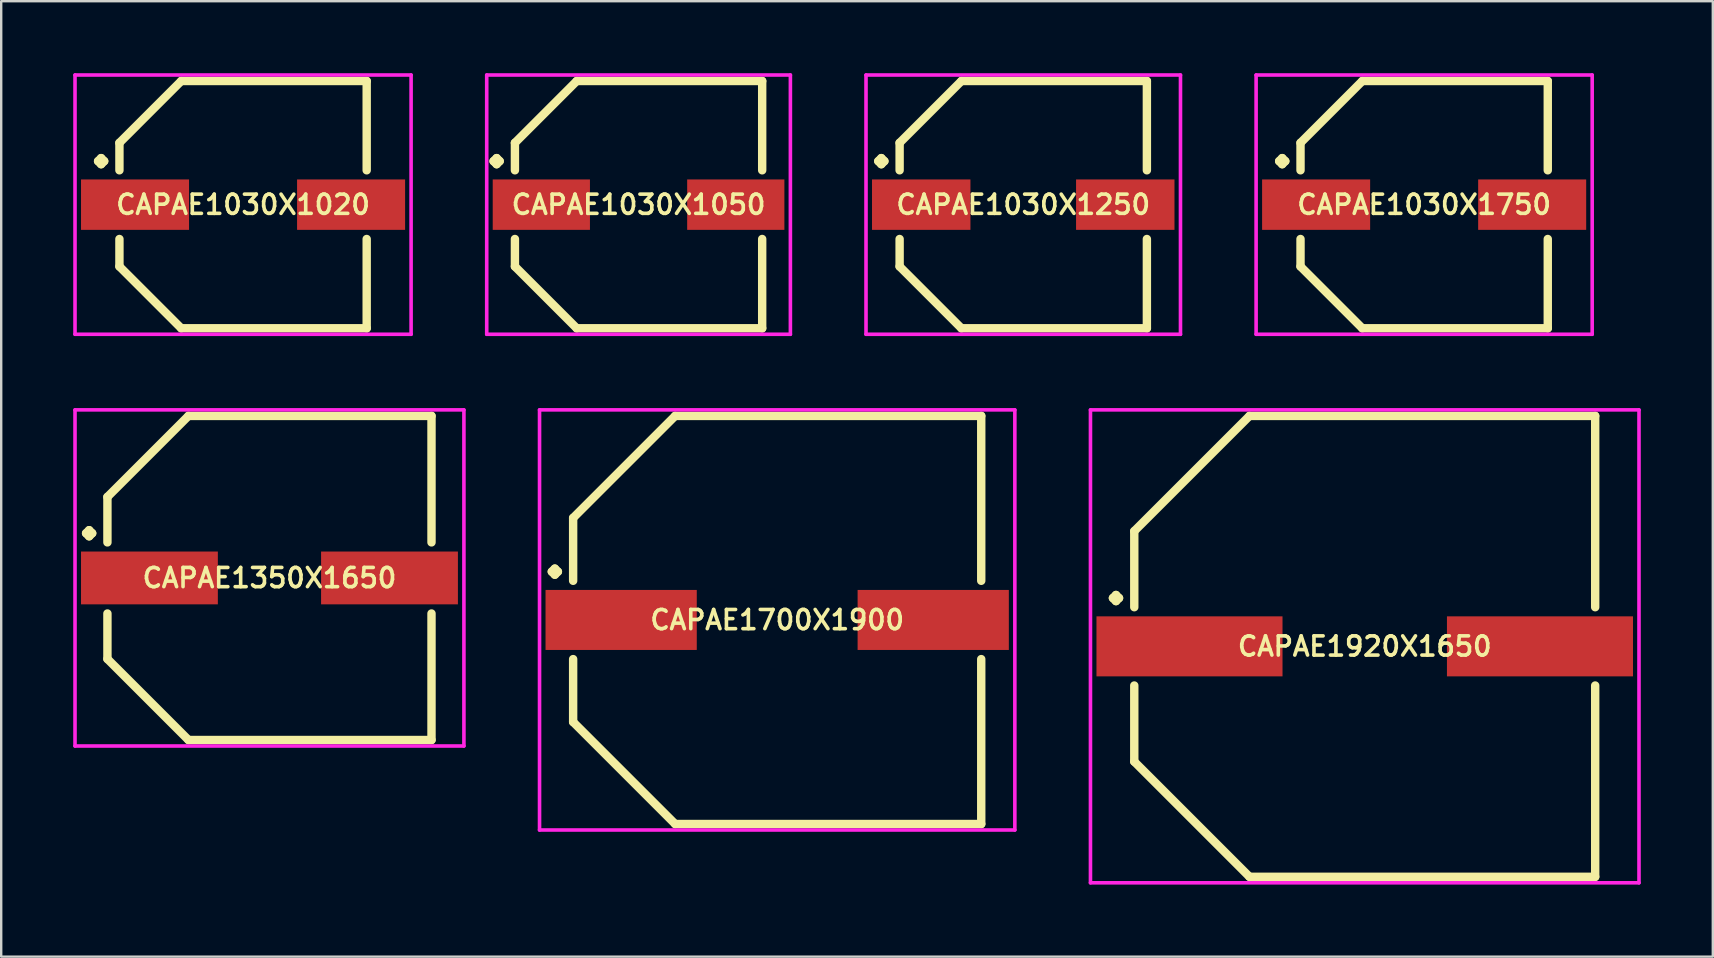
<source format=kicad_pcb>
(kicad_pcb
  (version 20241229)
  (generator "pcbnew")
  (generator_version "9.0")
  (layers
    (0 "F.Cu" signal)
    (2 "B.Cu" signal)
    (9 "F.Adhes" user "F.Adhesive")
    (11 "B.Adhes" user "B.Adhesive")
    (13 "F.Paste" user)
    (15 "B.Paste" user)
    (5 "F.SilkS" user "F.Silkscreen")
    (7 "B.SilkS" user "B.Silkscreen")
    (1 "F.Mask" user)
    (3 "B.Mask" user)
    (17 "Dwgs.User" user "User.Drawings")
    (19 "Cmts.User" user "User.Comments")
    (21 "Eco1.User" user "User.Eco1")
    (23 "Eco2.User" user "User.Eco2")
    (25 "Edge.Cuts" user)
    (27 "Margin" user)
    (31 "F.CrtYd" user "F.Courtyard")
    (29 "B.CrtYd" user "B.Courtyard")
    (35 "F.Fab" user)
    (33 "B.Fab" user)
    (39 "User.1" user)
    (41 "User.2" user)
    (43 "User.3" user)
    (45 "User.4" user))
  (footprint "CAPAE1350X1650"
    (layer "F.Cu")
    (at 8.175 21.025)
    (property "Reference" "CAPAE1350X1650" (at 0 0 0) (layer "F.SilkS") (effects (font (size 0.8 0.8) (thickness 0.15))))
    (attr smd)
    (fp_line (start -7.639 -1.862) (end -7.512 -1.989) (stroke (width 0.35) (type solid)) (layer "F.SilkS"))
    (fp_line (start -7.512 -1.989) (end -7.385 -1.862) (stroke (width 0.35) (type solid)) (layer "F.SilkS"))
    (fp_line (start -7.512 -1.735) (end -7.639 -1.862) (stroke (width 0.35) (type solid)) (layer "F.SilkS"))
    (fp_line (start -7.385 -1.862) (end -7.512 -1.735) (stroke (width 0.35) (type solid)) (layer "F.SilkS"))
    (fp_line (start -6.75 -3.375) (end -6.75 -1.481) (stroke (width 0.35) (type solid)) (layer "F.SilkS"))
    (fp_line (start -6.75 3.375) (end -6.75 1.481) (stroke (width 0.35) (type solid)) (layer "F.SilkS"))
    (fp_line (start -3.375 -6.75) (end -6.75 -3.375) (stroke (width 0.35) (type solid)) (layer "F.SilkS"))
    (fp_line (start -3.375 6.75) (end -6.75 3.375) (stroke (width 0.35) (type solid)) (layer "F.SilkS"))
    (fp_line (start 6.75 -6.75) (end -3.375 -6.75) (stroke (width 0.35) (type solid)) (layer "F.SilkS"))
    (fp_line (start 6.75 -1.481) (end 6.75 -6.75) (stroke (width 0.35) (type solid)) (layer "F.SilkS"))
    (fp_line (start 6.75 1.481) (end 6.75 6.75) (stroke (width 0.35) (type solid)) (layer "F.SilkS"))
    (fp_line (start 6.75 6.75) (end -3.375 6.75) (stroke (width 0.35) (type solid)) (layer "F.SilkS"))
    (fp_line (start -8.1 -7) (end 8.1 -7) (stroke (width 0.15) (type solid)) (layer "F.CrtYd"))
    (fp_line (start -8.1 7) (end -8.1 -7) (stroke (width 0.15) (type solid)) (layer "F.CrtYd"))
    (fp_line (start 8.1 -7) (end 8.1 7) (stroke (width 0.15) (type solid)) (layer "F.CrtYd"))
    (fp_line (start 8.1 7) (end -8.1 7) (stroke (width 0.15) (type solid)) (layer "F.CrtYd"))
    (pad "1" smd rect (at -5 0) (size 5.7 2.2) (layers "F.Cu" "F.Mask" "F.Paste"))
    (pad "2" smd rect (at 5 0) (size 5.7 2.2) (layers "F.Cu" "F.Mask" "F.Paste")))
  (footprint "CAPAE1030X1750"
    (layer "F.Cu")
    (at 56.275 5.475)
    (property "Reference" "CAPAE1030X1750" (at 0 0 0) (layer "F.SilkS") (effects (font (size 0.8 0.8) (thickness 0.15))))
    (attr through_hole)
    (fp_line (start -6.039 -1.812) (end -5.912 -1.939) (stroke (width 0.35) (type solid)) (layer "F.SilkS"))
    (fp_line (start -5.912 -1.939) (end -5.785 -1.812) (stroke (width 0.35) (type solid)) (layer "F.SilkS"))
    (fp_line (start -5.912 -1.685) (end -6.039 -1.812) (stroke (width 0.35) (type solid)) (layer "F.SilkS"))
    (fp_line (start -5.785 -1.812) (end -5.912 -1.685) (stroke (width 0.35) (type solid)) (layer "F.SilkS"))
    (fp_line (start -5.15 -2.575) (end -5.15 -1.431) (stroke (width 0.35) (type solid)) (layer "F.SilkS"))
    (fp_line (start -5.15 2.575) (end -5.15 1.431) (stroke (width 0.35) (type solid)) (layer "F.SilkS"))
    (fp_line (start -2.575 -5.15) (end -5.15 -2.575) (stroke (width 0.35) (type solid)) (layer "F.SilkS"))
    (fp_line (start -2.575 5.15) (end -5.15 2.575) (stroke (width 0.35) (type solid)) (layer "F.SilkS"))
    (fp_line (start 5.15 -5.15) (end -2.575 -5.15) (stroke (width 0.35) (type solid)) (layer "F.SilkS"))
    (fp_line (start 5.15 -1.431) (end 5.15 -5.15) (stroke (width 0.35) (type solid)) (layer "F.SilkS"))
    (fp_line (start 5.15 1.431) (end 5.15 5.15) (stroke (width 0.35) (type solid)) (layer "F.SilkS"))
    (fp_line (start 5.15 5.15) (end -2.575 5.15) (stroke (width 0.35) (type solid)) (layer "F.SilkS"))
    (fp_line (start -7 -5.4) (end 7 -5.4) (stroke (width 0.15) (type solid)) (layer "F.CrtYd"))
    (fp_line (start -7 5.4) (end -7 -5.4) (stroke (width 0.15) (type solid)) (layer "F.CrtYd"))
    (fp_line (start 7 -5.4) (end 7 5.4) (stroke (width 0.15) (type solid)) (layer "F.CrtYd"))
    (fp_line (start 7 5.4) (end -7 5.4) (stroke (width 0.15) (type solid)) (layer "F.CrtYd"))
    (pad "1" smd rect (at -4.5 0) (size 4.5 2.1) (layers "F.Cu" "F.Mask" "F.Paste"))
    (pad "2" smd rect (at 4.5 0) (size 4.5 2.1) (layers "F.Cu" "F.Mask" "F.Paste")))
  (footprint "CAPAE1700X1900"
    (layer "F.Cu")
    (at 29.325 22.775)
    (property "Reference" "CAPAE1700X1900" (at 0 0 0) (layer "F.SilkS") (effects (font (size 0.8 0.8) (thickness 0.15))))
    (attr smd)
    (fp_line (start -9.389 -2.012) (end -9.262 -2.139) (stroke (width 0.35) (type solid)) (layer "F.SilkS"))
    (fp_line (start -9.262 -2.139) (end -9.135 -2.012) (stroke (width 0.35) (type solid)) (layer "F.SilkS"))
    (fp_line (start -9.262 -1.885) (end -9.389 -2.012) (stroke (width 0.35) (type solid)) (layer "F.SilkS"))
    (fp_line (start -9.135 -2.012) (end -9.262 -1.885) (stroke (width 0.35) (type solid)) (layer "F.SilkS"))
    (fp_line (start -8.5 -4.25) (end -8.5 -1.631) (stroke (width 0.35) (type solid)) (layer "F.SilkS"))
    (fp_line (start -8.5 4.25) (end -8.5 1.631) (stroke (width 0.35) (type solid)) (layer "F.SilkS"))
    (fp_line (start -4.25 -8.5) (end -8.5 -4.25) (stroke (width 0.35) (type solid)) (layer "F.SilkS"))
    (fp_line (start -4.25 8.5) (end -8.5 4.25) (stroke (width 0.35) (type solid)) (layer "F.SilkS"))
    (fp_line (start 8.5 -8.5) (end -4.25 -8.5) (stroke (width 0.35) (type solid)) (layer "F.SilkS"))
    (fp_line (start 8.5 -1.631) (end 8.5 -8.5) (stroke (width 0.35) (type solid)) (layer "F.SilkS"))
    (fp_line (start 8.5 1.631) (end 8.5 8.5) (stroke (width 0.35) (type solid)) (layer "F.SilkS"))
    (fp_line (start 8.5 8.5) (end -4.25 8.5) (stroke (width 0.35) (type solid)) (layer "F.SilkS"))
    (fp_line (start -9.9 -8.75) (end 9.9 -8.75) (stroke (width 0.15) (type solid)) (layer "F.CrtYd"))
    (fp_line (start -9.9 8.75) (end -9.9 -8.75) (stroke (width 0.15) (type solid)) (layer "F.CrtYd"))
    (fp_line (start 9.9 -8.75) (end 9.9 8.75) (stroke (width 0.15) (type solid)) (layer "F.CrtYd"))
    (fp_line (start 9.9 8.75) (end -9.9 8.75) (stroke (width 0.15) (type solid)) (layer "F.CrtYd"))
    (pad "1" smd rect (at -6.5 0) (size 6.3 2.5) (layers "F.Cu" "F.Mask" "F.Paste"))
    (pad "2" smd rect (at 6.5 0) (size 6.3 2.5) (layers "F.Cu" "F.Mask" "F.Paste")))
  (footprint "CAPAE1920X1650"
    (layer "F.Cu")
    (at 53.8 23.875)
    (property "Reference" "CAPAE1920X1650" (at 0 0 0) (layer "F.SilkS") (effects (font (size 0.8 0.8) (thickness 0.15))))
    (attr smd)
    (fp_line (start -10.489 -2.012) (end -10.362 -2.139) (stroke (width 0.35) (type solid)) (layer "F.SilkS"))
    (fp_line (start -10.362 -2.139) (end -10.235 -2.012) (stroke (width 0.35) (type solid)) (layer "F.SilkS"))
    (fp_line (start -10.362 -1.885) (end -10.489 -2.012) (stroke (width 0.35) (type solid)) (layer "F.SilkS"))
    (fp_line (start -10.235 -2.012) (end -10.362 -1.885) (stroke (width 0.35) (type solid)) (layer "F.SilkS"))
    (fp_line (start -9.6 -4.8) (end -9.6 -1.631) (stroke (width 0.35) (type solid)) (layer "F.SilkS"))
    (fp_line (start -9.6 4.8) (end -9.6 1.631) (stroke (width 0.35) (type solid)) (layer "F.SilkS"))
    (fp_line (start -4.8 -9.6) (end -9.6 -4.8) (stroke (width 0.35) (type solid)) (layer "F.SilkS"))
    (fp_line (start -4.8 9.6) (end -9.6 4.8) (stroke (width 0.35) (type solid)) (layer "F.SilkS"))
    (fp_line (start 9.6 -9.6) (end -4.8 -9.6) (stroke (width 0.35) (type solid)) (layer "F.SilkS"))
    (fp_line (start 9.6 -1.631) (end 9.6 -9.6) (stroke (width 0.35) (type solid)) (layer "F.SilkS"))
    (fp_line (start 9.6 1.631) (end 9.6 9.6) (stroke (width 0.35) (type solid)) (layer "F.SilkS"))
    (fp_line (start 9.6 9.6) (end -4.8 9.6) (stroke (width 0.35) (type solid)) (layer "F.SilkS"))
    (fp_line (start -11.425 -9.85) (end 11.425 -9.85) (stroke (width 0.15) (type solid)) (layer "F.CrtYd"))
    (fp_line (start -11.425 9.85) (end -11.425 -9.85) (stroke (width 0.15) (type solid)) (layer "F.CrtYd"))
    (fp_line (start 11.425 -9.85) (end 11.425 9.85) (stroke (width 0.15) (type solid)) (layer "F.CrtYd"))
    (fp_line (start 11.425 9.85) (end -11.425 9.85) (stroke (width 0.15) (type solid)) (layer "F.CrtYd"))
    (pad "1" smd rect (at -7.3 0) (size 7.75 2.5) (layers "F.Cu" "F.Mask" "F.Paste"))
    (pad "2" smd rect (at 7.3 0) (size 7.75 2.5) (layers "F.Cu" "F.Mask" "F.Paste")))
  (footprint "CAPAE1030X1050"
    (layer "F.Cu")
    (at 23.55 5.475)
    (property "Reference" "CAPAE1030X1050" (at 0 0 0) (layer "F.SilkS") (effects (font (size 0.8 0.8) (thickness 0.15))))
    (attr through_hole)
    (fp_line (start -6.039 -1.812) (end -5.912 -1.939) (stroke (width 0.35) (type solid)) (layer "F.SilkS"))
    (fp_line (start -5.912 -1.939) (end -5.785 -1.812) (stroke (width 0.35) (type solid)) (layer "F.SilkS"))
    (fp_line (start -5.912 -1.685) (end -6.039 -1.812) (stroke (width 0.35) (type solid)) (layer "F.SilkS"))
    (fp_line (start -5.785 -1.812) (end -5.912 -1.685) (stroke (width 0.35) (type solid)) (layer "F.SilkS"))
    (fp_line (start -5.15 -2.575) (end -5.15 -1.431) (stroke (width 0.35) (type solid)) (layer "F.SilkS"))
    (fp_line (start -5.15 2.575) (end -5.15 1.431) (stroke (width 0.35) (type solid)) (layer "F.SilkS"))
    (fp_line (start -2.575 -5.15) (end -5.15 -2.575) (stroke (width 0.35) (type solid)) (layer "F.SilkS"))
    (fp_line (start -2.575 5.15) (end -5.15 2.575) (stroke (width 0.35) (type solid)) (layer "F.SilkS"))
    (fp_line (start 5.15 -5.15) (end -2.575 -5.15) (stroke (width 0.35) (type solid)) (layer "F.SilkS"))
    (fp_line (start 5.15 -1.431) (end 5.15 -5.15) (stroke (width 0.35) (type solid)) (layer "F.SilkS"))
    (fp_line (start 5.15 1.431) (end 5.15 5.15) (stroke (width 0.35) (type solid)) (layer "F.SilkS"))
    (fp_line (start 5.15 5.15) (end -2.575 5.15) (stroke (width 0.35) (type solid)) (layer "F.SilkS"))
    (fp_line (start -6.325 -5.4) (end 6.325 -5.4) (stroke (width 0.15) (type solid)) (layer "F.CrtYd"))
    (fp_line (start -6.325 5.4) (end -6.325 -5.4) (stroke (width 0.15) (type solid)) (layer "F.CrtYd"))
    (fp_line (start 6.325 -5.4) (end 6.325 5.4) (stroke (width 0.15) (type solid)) (layer "F.CrtYd"))
    (fp_line (start 6.325 5.4) (end -6.325 5.4) (stroke (width 0.15) (type solid)) (layer "F.CrtYd"))
    (pad "1" smd rect (at -4.05 0) (size 4.05 2.1) (layers "F.Cu" "F.Mask" "F.Paste"))
    (pad "2" smd rect (at 4.05 0) (size 4.05 2.1) (layers "F.Cu" "F.Mask" "F.Paste")))
  (footprint "CAPAE1030X1020"
    (layer "F.Cu")
    (at 7.075 5.475)
    (property "Reference" "CAPAE1030X1020" (at 0 0 0) (layer "F.SilkS") (effects (font (size 0.8 0.8) (thickness 0.15))))
    (attr smd)
    (fp_line (start -6.039 -1.812) (end -5.912 -1.939) (stroke (width 0.35) (type solid)) (layer "F.SilkS"))
    (fp_line (start -5.912 -1.939) (end -5.785 -1.812) (stroke (width 0.35) (type solid)) (layer "F.SilkS"))
    (fp_line (start -5.912 -1.685) (end -6.039 -1.812) (stroke (width 0.35) (type solid)) (layer "F.SilkS"))
    (fp_line (start -5.785 -1.812) (end -5.912 -1.685) (stroke (width 0.35) (type solid)) (layer "F.SilkS"))
    (fp_line (start -5.15 -2.575) (end -5.15 -1.431) (stroke (width 0.35) (type solid)) (layer "F.SilkS"))
    (fp_line (start -5.15 2.575) (end -5.15 1.431) (stroke (width 0.35) (type solid)) (layer "F.SilkS"))
    (fp_line (start -2.575 -5.15) (end -5.15 -2.575) (stroke (width 0.35) (type solid)) (layer "F.SilkS"))
    (fp_line (start -2.575 5.15) (end -5.15 2.575) (stroke (width 0.35) (type solid)) (layer "F.SilkS"))
    (fp_line (start 5.15 -5.15) (end -2.575 -5.15) (stroke (width 0.35) (type solid)) (layer "F.SilkS"))
    (fp_line (start 5.15 -1.431) (end 5.15 -5.15) (stroke (width 0.35) (type solid)) (layer "F.SilkS"))
    (fp_line (start 5.15 1.431) (end 5.15 5.15) (stroke (width 0.35) (type solid)) (layer "F.SilkS"))
    (fp_line (start 5.15 5.15) (end -2.575 5.15) (stroke (width 0.35) (type solid)) (layer "F.SilkS"))
    (fp_line (start -7 -5.4) (end 7 -5.4) (stroke (width 0.15) (type solid)) (layer "F.CrtYd"))
    (fp_line (start -7 5.4) (end -7 -5.4) (stroke (width 0.15) (type solid)) (layer "F.CrtYd"))
    (fp_line (start 7 -5.4) (end 7 5.4) (stroke (width 0.15) (type solid)) (layer "F.CrtYd"))
    (fp_line (start 7 5.4) (end -7 5.4) (stroke (width 0.15) (type solid)) (layer "F.CrtYd"))
    (pad "1" smd rect (at -4.5 0) (size 4.5 2.1) (layers "F.Cu" "F.Mask" "F.Paste"))
    (pad "2" smd rect (at 4.5 0) (size 4.5 2.1) (layers "F.Cu" "F.Mask" "F.Paste")))
  (footprint "CAPAE1030X1250"
    (layer "F.Cu")
    (at 39.575 5.475)
    (property "Reference" "CAPAE1030X1250" (at 0 0 0) (layer "F.SilkS") (effects (font (size 0.8 0.8) (thickness 0.15))))
    (attr smd)
    (fp_line (start -6.039 -1.812) (end -5.912 -1.939) (stroke (width 0.35) (type solid)) (layer "F.SilkS"))
    (fp_line (start -5.912 -1.939) (end -5.785 -1.812) (stroke (width 0.35) (type solid)) (layer "F.SilkS"))
    (fp_line (start -5.912 -1.685) (end -6.039 -1.812) (stroke (width 0.35) (type solid)) (layer "F.SilkS"))
    (fp_line (start -5.785 -1.812) (end -5.912 -1.685) (stroke (width 0.35) (type solid)) (layer "F.SilkS"))
    (fp_line (start -5.15 -2.575) (end -5.15 -1.431) (stroke (width 0.35) (type solid)) (layer "F.SilkS"))
    (fp_line (start -5.15 2.575) (end -5.15 1.431) (stroke (width 0.35) (type solid)) (layer "F.SilkS"))
    (fp_line (start -2.575 -5.15) (end -5.15 -2.575) (stroke (width 0.35) (type solid)) (layer "F.SilkS"))
    (fp_line (start -2.575 5.15) (end -5.15 2.575) (stroke (width 0.35) (type solid)) (layer "F.SilkS"))
    (fp_line (start 5.15 -5.15) (end -2.575 -5.15) (stroke (width 0.35) (type solid)) (layer "F.SilkS"))
    (fp_line (start 5.15 -1.431) (end 5.15 -5.15) (stroke (width 0.35) (type solid)) (layer "F.SilkS"))
    (fp_line (start 5.15 1.431) (end 5.15 5.15) (stroke (width 0.35) (type solid)) (layer "F.SilkS"))
    (fp_line (start 5.15 5.15) (end -2.575 5.15) (stroke (width 0.35) (type solid)) (layer "F.SilkS"))
    (fp_line (start -6.55 -5.4) (end 6.55 -5.4) (stroke (width 0.15) (type solid)) (layer "F.CrtYd"))
    (fp_line (start -6.55 5.4) (end -6.55 -5.4) (stroke (width 0.15) (type solid)) (layer "F.CrtYd"))
    (fp_line (start 6.55 -5.4) (end 6.55 5.4) (stroke (width 0.15) (type solid)) (layer "F.CrtYd"))
    (fp_line (start 6.55 5.4) (end -6.55 5.4) (stroke (width 0.15) (type solid)) (layer "F.CrtYd"))
    (pad "1" smd rect (at -4.25 0) (size 4.1 2.1) (layers "F.Cu" "F.Mask" "F.Paste"))
    (pad "2" smd rect (at 4.25 0) (size 4.1 2.1) (layers "F.Cu" "F.Mask" "F.Paste")))
  (gr_rect
    (start -3 -3)
    (end 68.3 36.8)
    (stroke (width 0.1) (type default))
    (fill no)
    (layer "Edge.Cuts")))
</source>
